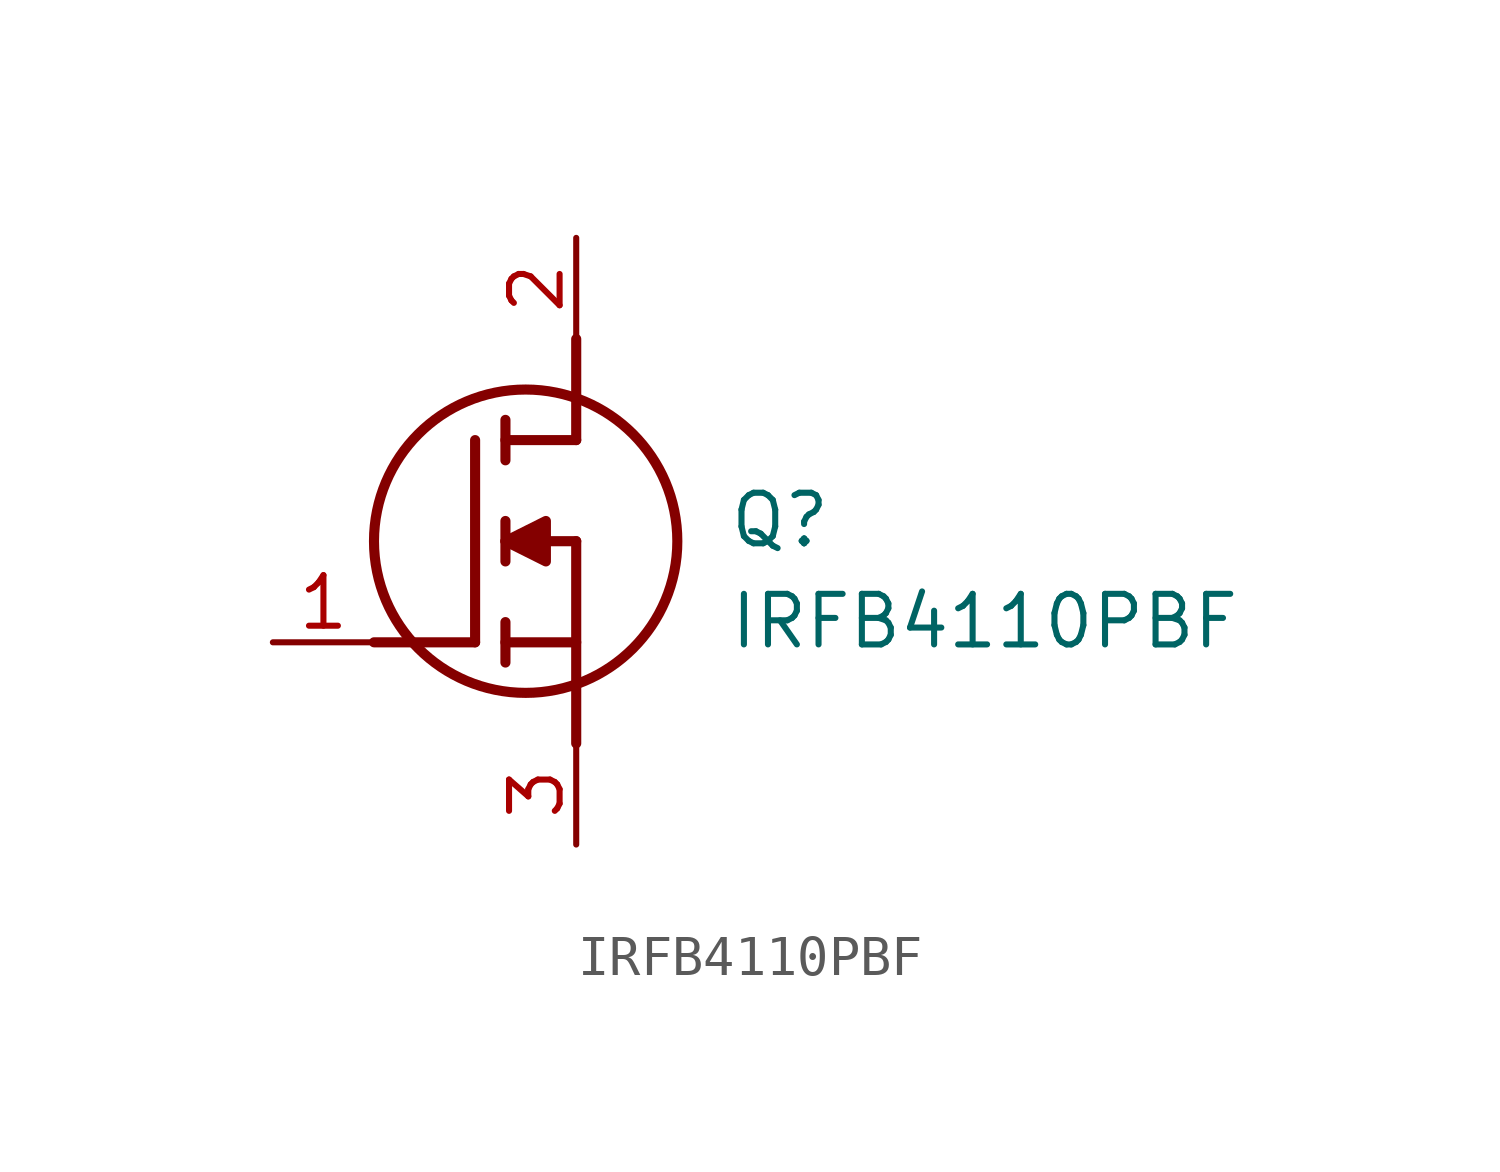
<source format=kicad_sym>
(kicad_symbol_lib
  (version 20211014)
  (generator SamacSys_ECAD_Model)
  (symbol "IRFB4110PBF"
    (pin_names hide)
    (property "Reference" "Q"
      (at 11.43 3.81 0)
      (effects (font (size 1.27 1.27)) (justify left top)))
    (property "Value" "IRFB4110PBF"
      (at 11.43 1.27 0)
      (effects (font (size 1.27 1.27)) (justify left top)))
    (polyline
      (pts (xy 7.62 2.54) (xy 7.62 -2.54))
      (stroke (width 0.254) (type default))
      (fill (type none)))
    (polyline
      (pts (xy 7.62 5.08) (xy 7.62 7.62))
      (stroke (width 0.254) (type default))
      (fill (type none)))
    (polyline
      (pts (xy 2.54 0) (xy 5.08 0))
      (stroke (width 0.254) (type default))
      (fill (type none)))
    (polyline
      (pts (xy 5.08 5.08) (xy 5.08 0))
      (stroke (width 0.254) (type default))
      (fill (type none)))
    (polyline
      (pts (xy 7.62 2.54) (xy 5.842 2.54))
      (stroke (width 0.254) (type default))
      (fill (type none)))
    (polyline
      (pts (xy 7.62 5.08) (xy 5.842 5.08))
      (stroke (width 0.254) (type default))
      (fill (type none)))
    (polyline
      (pts (xy 5.842 0) (xy 7.62 0))
      (stroke (width 0.254) (type default))
      (fill (type none)))
    (polyline
      (pts (xy 5.842 5.588) (xy 5.842 4.572))
      (stroke (width 0.254) (type default))
      (fill (type none)))
    (polyline
      (pts (xy 5.842 -0.508) (xy 5.842 0.508))
      (stroke (width 0.254) (type default))
      (fill (type none)))
    (polyline
      (pts (xy 5.842 2.032) (xy 5.842 3.048))
      (stroke (width 0.254) (type default))
      (fill (type none)))
    (circle
      (center 6.35 2.54)
      (radius 3.81)
      (stroke (width 0.254) (type default))
      (fill (type none)))
    (polyline
      (pts (xy 5.842 2.54) (xy 6.858 3.048) (xy 6.858 2.032) (xy 5.842 2.54))
      (stroke (width 0.254) (type default))
      (fill (type outline)))
    (pin passive line
      (at 0 0 0)
      (length 2.54)
      (name "G" (effects (font (size 1.27 1.27))))
      (number "1" (effects (font (size 1.27 1.27)))))
    (pin passive line
      (at 7.62 10.16 270)
      (length 2.54)
      (name "D" (effects (font (size 1.27 1.27))))
      (number "2" (effects (font (size 1.27 1.27)))))
    (pin passive line
      (at 7.62 -5.08 90)
      (length 2.54)
      (name "S" (effects (font (size 1.27 1.27))))
      (number "3" (effects (font (size 1.27 1.27)))))))
</source>
